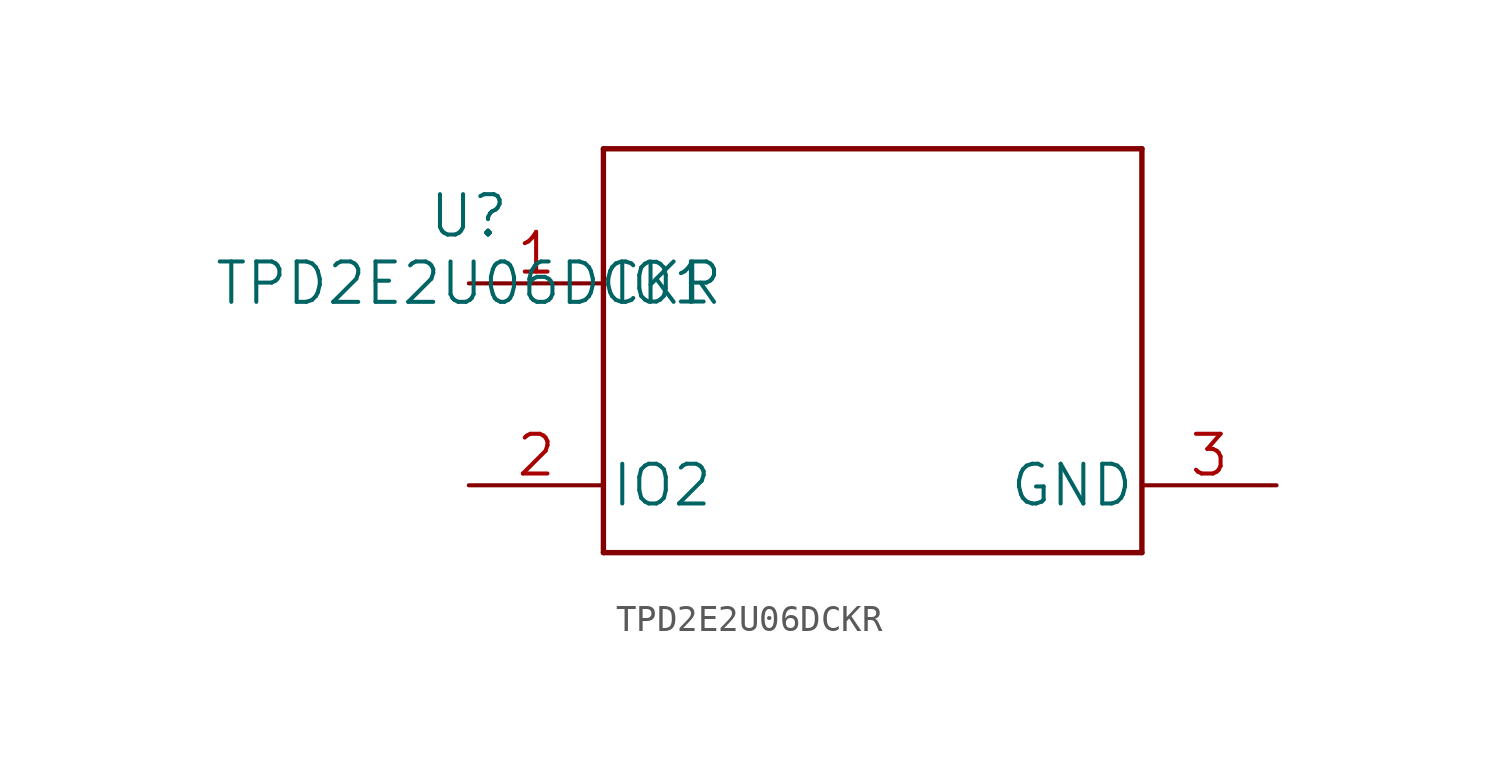
<source format=kicad_sym>
(kicad_symbol_lib
  (version 20220914)
  (generator kicad_symbol_editor)
  (symbol "TPD2E2U06DCKR"
    (pin_names
      (offset 0.254))
    (property "Reference" "U"
      (at 0 2.54 0)
      (effects (font (size 1.524 1.524))))
    (property "Value" "TPD2E2U06DCKR"
      (at 0 0 0)
      (effects (font (size 1.524 1.524))))
    (property "Datasheet" ""
      (at 0 0 0)
      (effects (font (size 1.524 1.524))))
    (property "ki_locked" ""
      (at 0 0 0)
      (effects (font (size 1.27 1.27))))
    (symbol "TPD2E2U06DCKR_1_1"
      (polyline (pts (xy 5.08 -10.16) (xy 25.4 -10.16)) (stroke (width 0.203) (type solid)) (fill (type none)))
      (polyline (pts (xy 5.08 5.08) (xy 5.08 -10.16)) (stroke (width 0.203) (type solid)) (fill (type none)))
      (polyline (pts (xy 25.4 -10.16) (xy 25.4 5.08)) (stroke (width 0.203) (type solid)) (fill (type none)))
      (polyline (pts (xy 25.4 5.08) (xy 5.08 5.08)) (stroke (width 0.203) (type solid)) (fill (type none)))
      (pin bidirectional line (at 0 0 0) (length 5.08) (name "IO1" (effects (font (size 1.499 1.499)))) (number "1" (effects (font (size 1.499 1.499)))))
      (pin bidirectional line (at 0 -7.62 0) (length 5.08) (name "IO2" (effects (font (size 1.499 1.499)))) (number "2" (effects (font (size 1.499 1.499)))))
      (pin power_in line (at 30.48 -7.62 180) (length 5.08) (name "GND" (effects (font (size 1.499 1.499)))) (number "3" (effects (font (size 1.499 1.499))))))))
</source>
